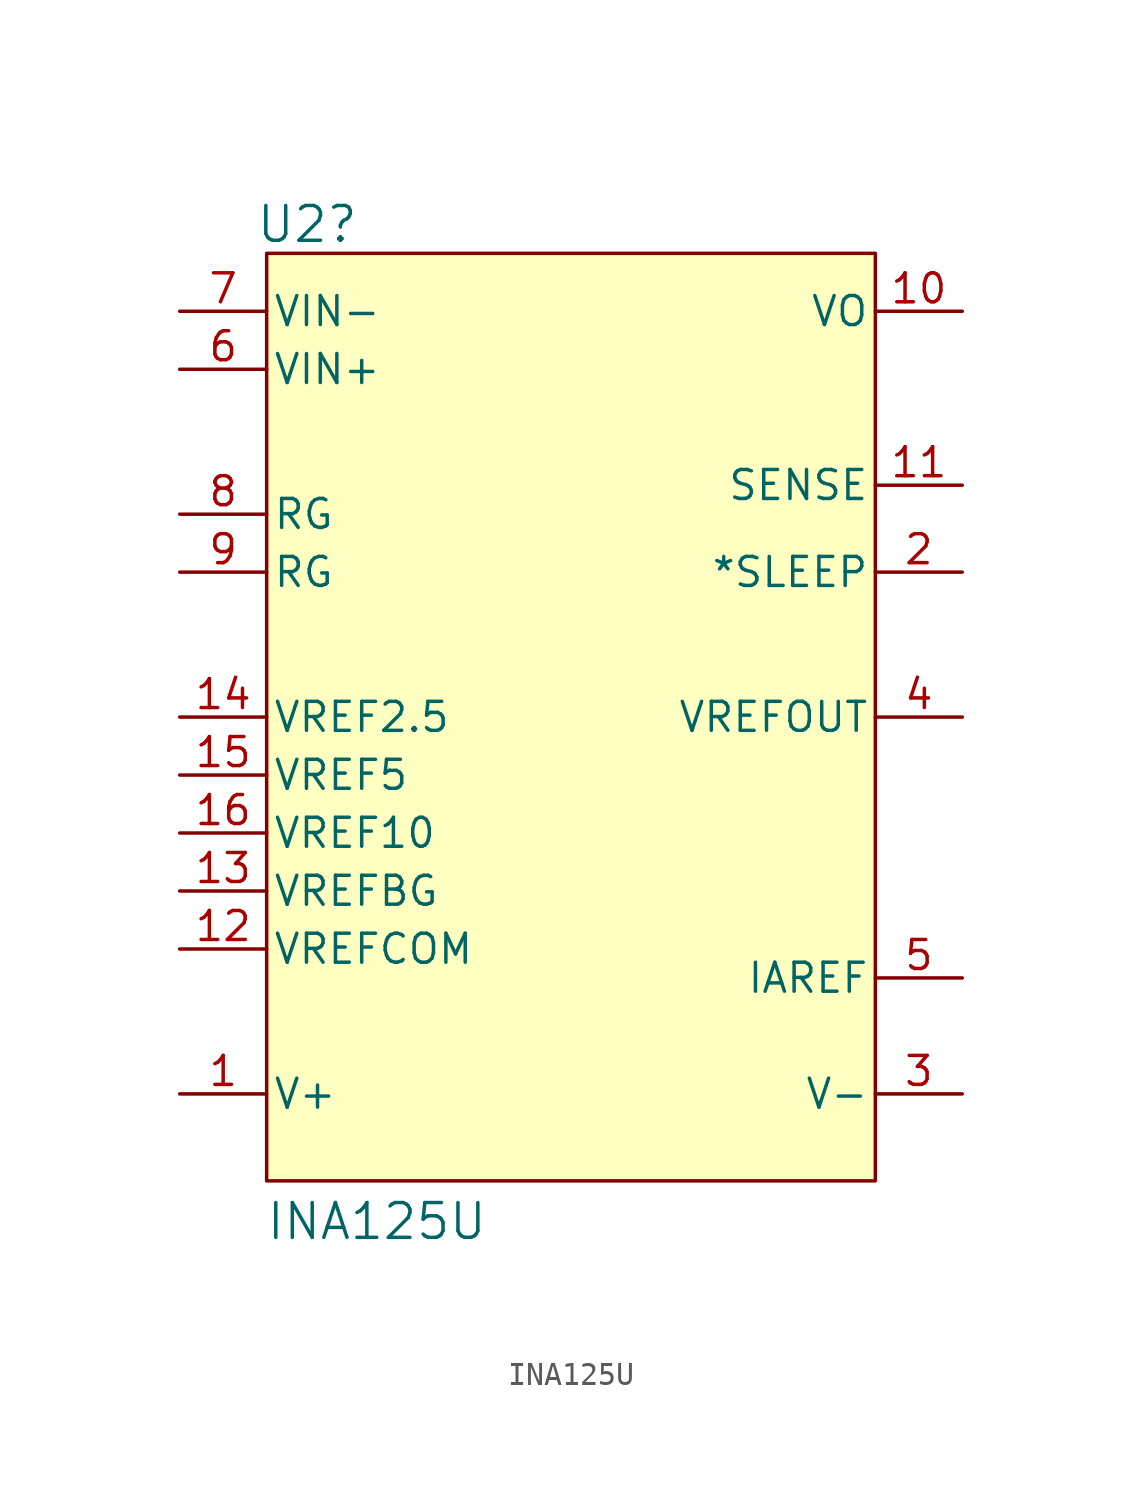
<source format=kicad_sym>
(kicad_symbol_lib
  (version 20231120)
  (generator "kicad_symbol_editor")
  (generator_version "8.0")
  (symbol "INA125U"
    (pin_names
      (offset 0.254))
    (property "Reference" "U2"
      (at 18.288 6.35 0)
      (effects (font (size 1.524 1.524))))
    (property "Value" "INA125U"
      (at 21.336 -37.338 0)
      (effects (font (size 1.524 1.524))))
    (property "ki_locked" ""
      (at 0 0 0)
      (effects (font (size 1.27 1.27))))
    (symbol "INA125U_1_1"
      (rectangle (start 16.51 5.08) (end 43.18 -35.56) (stroke (width 0) (type default)) (fill (type background)))
      (pin power_in line (at 12.7 -31.75 0) (length 3.81) (name "V+" (effects (font (size 1.27 1.27)))) (number "1" (effects (font (size 1.27 1.27)))))
      (pin output line (at 46.99 2.54 180) (length 3.81) (name "VO" (effects (font (size 1.27 1.27)))) (number "10" (effects (font (size 1.27 1.27)))))
      (pin unspecified line (at 46.99 -5.08 180) (length 3.81) (name "SENSE" (effects (font (size 1.27 1.27)))) (number "11" (effects (font (size 1.27 1.27)))))
      (pin power_in line (at 12.7 -25.4 0) (length 3.81) (name "VREFCOM" (effects (font (size 1.27 1.27)))) (number "12" (effects (font (size 1.27 1.27)))))
      (pin power_in line (at 12.7 -22.86 0) (length 3.81) (name "VREFBG" (effects (font (size 1.27 1.27)))) (number "13" (effects (font (size 1.27 1.27)))))
      (pin power_in line (at 12.7 -15.24 0) (length 3.81) (name "VREF2.5" (effects (font (size 1.27 1.27)))) (number "14" (effects (font (size 1.27 1.27)))))
      (pin power_in line (at 12.7 -17.78 0) (length 3.81) (name "VREF5" (effects (font (size 1.27 1.27)))) (number "15" (effects (font (size 1.27 1.27)))))
      (pin power_in line (at 12.7 -20.32 0) (length 3.81) (name "VREF10" (effects (font (size 1.27 1.27)))) (number "16" (effects (font (size 1.27 1.27)))))
      (pin unspecified line (at 46.99 -8.89 180) (length 3.81) (name "*SLEEP" (effects (font (size 1.27 1.27)))) (number "2" (effects (font (size 1.27 1.27)))))
      (pin power_in line (at 46.99 -31.75 180) (length 3.81) (name "V-" (effects (font (size 1.27 1.27)))) (number "3" (effects (font (size 1.27 1.27)))))
      (pin output line (at 46.99 -15.24 180) (length 3.81) (name "VREFOUT" (effects (font (size 1.27 1.27)))) (number "4" (effects (font (size 1.27 1.27)))))
      (pin unspecified line (at 46.99 -26.67 180) (length 3.81) (name "IAREF" (effects (font (size 1.27 1.27)))) (number "5" (effects (font (size 1.27 1.27)))))
      (pin input line (at 12.7 0 0) (length 3.81) (name "VIN+" (effects (font (size 1.27 1.27)))) (number "6" (effects (font (size 1.27 1.27)))))
      (pin input line (at 12.7 2.54 0) (length 3.81) (name "VIN-" (effects (font (size 1.27 1.27)))) (number "7" (effects (font (size 1.27 1.27)))))
      (pin unspecified line (at 12.7 -6.35 0) (length 3.81) (name "RG" (effects (font (size 1.27 1.27)))) (number "8" (effects (font (size 1.27 1.27)))))
      (pin unspecified line (at 12.7 -8.89 0) (length 3.81) (name "RG" (effects (font (size 1.27 1.27)))) (number "9" (effects (font (size 1.27 1.27))))))))
</source>
